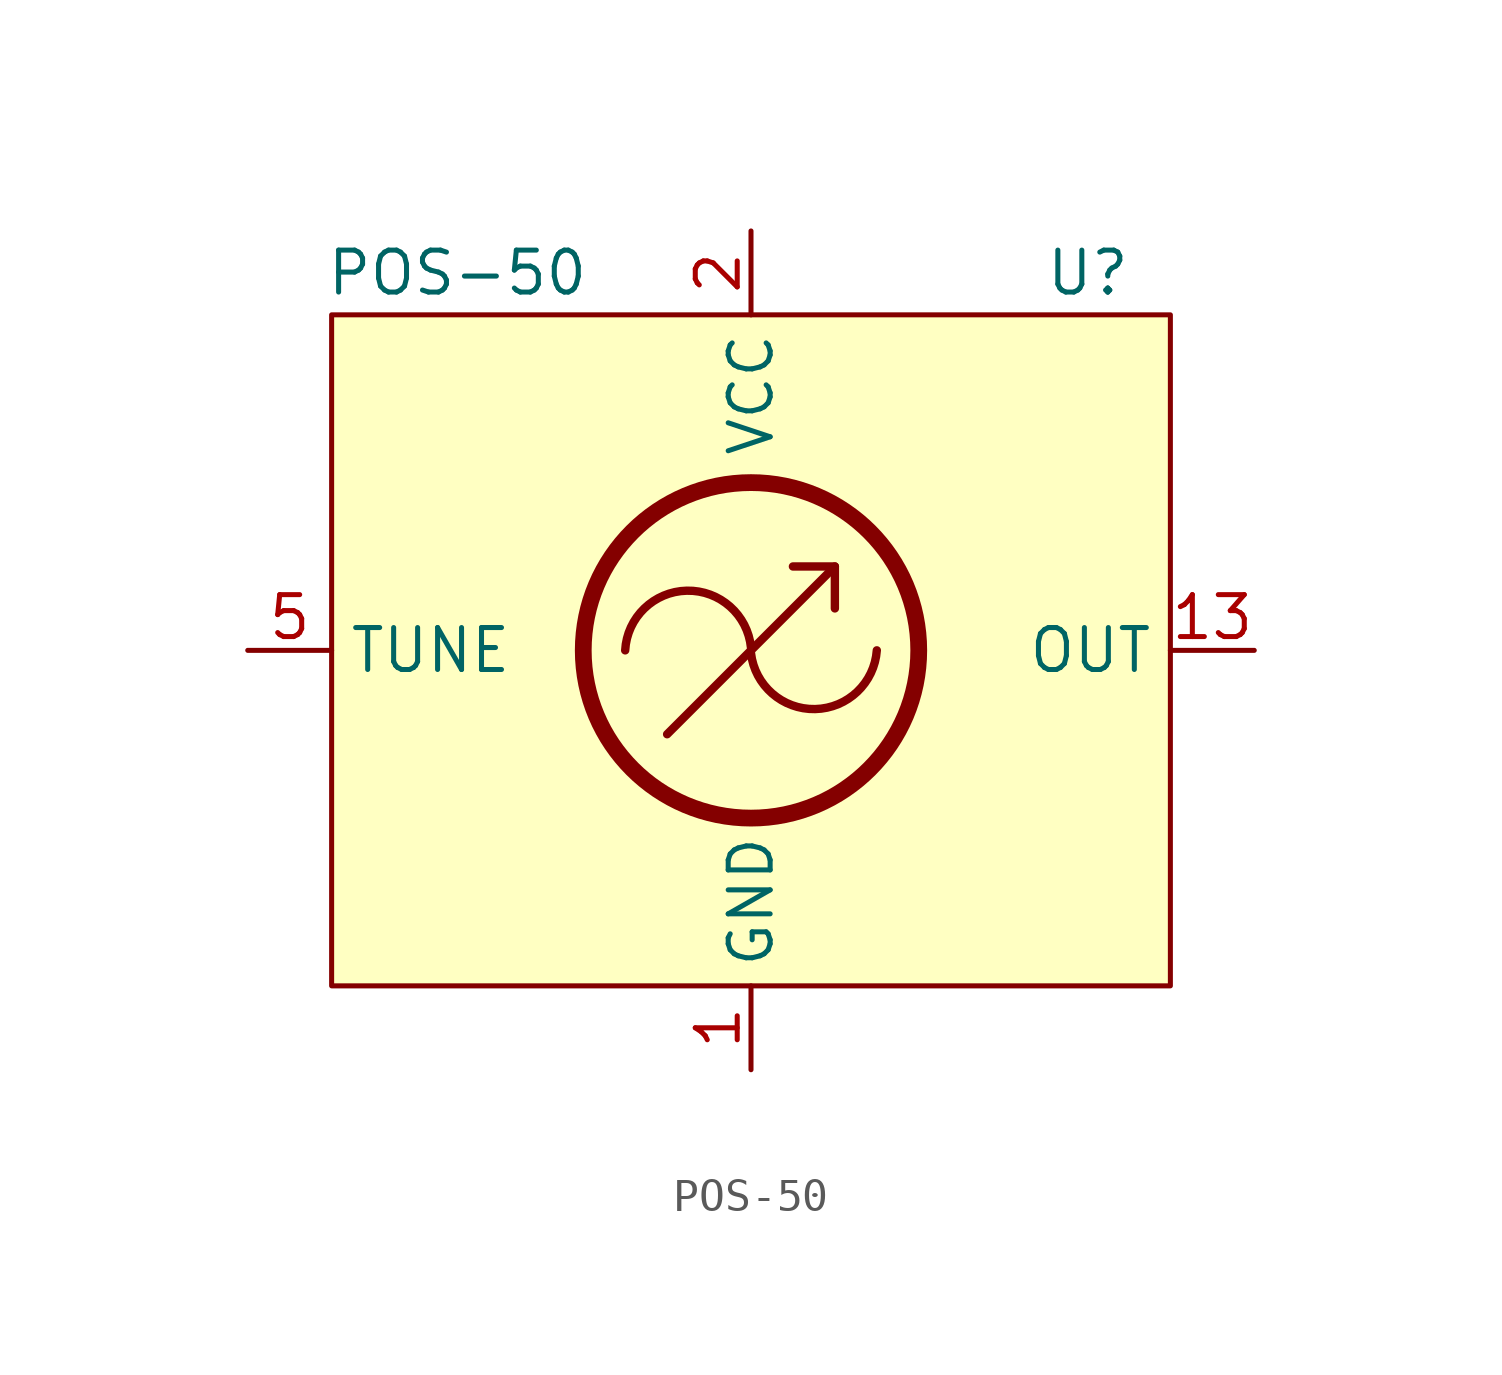
<source format=kicad_sym>
(kicad_symbol_lib
  (version 20211014)
  (generator kicad_symbol_editor)
  (symbol "POS-50"
    (property "Reference" "U"
      (at 8.89 11.43 0)
      (effects (font (size 1.27 1.27)) (justify left)))
    (property "Value" "POS-50"
      (at -8.89 11.43 0)
      (effects (font (size 1.27 1.27))))
    (symbol "POS-50_0_1"
      (rectangle (start -12.7 10.16) (end 12.7 -10.16) (stroke (width 0) (type default) (color 0 0 0 0)) (fill (type background)))
      (arc (start 0 -0.0829) (mid 1.9428 -1.7782) (end 3.81 0) (stroke (width 0.254) (type default) (color 0 0 0 0)) (fill (type none)))
      (polyline (pts (xy -2.54 -2.54) (xy 2.54 2.54)) (stroke (width 0.254) (type default) (color 0 0 0 0)) (fill (type none)))
      (polyline (pts (xy 2.54 1.27) (xy 2.54 2.54) (xy 1.27 2.54)) (stroke (width 0.254) (type default) (color 0 0 0 0)) (fill (type none)))
      (circle (center 0 0) (radius 5.08) (stroke (width 0.508) (type default) (color 0 0 0 0)) (fill (type none)))
      (arc (start 0 0.0829) (mid -1.9434 1.8064) (end -3.81 0) (stroke (width 0.254) (type default) (color 0 0 0 0)) (fill (type none))))
    (symbol "POS-50_1_1"
      (pin power_in line (at 0 -12.7 90) (length 2.54) (name "GND" (effects (font (size 1.27 1.27)))) (number "1" (effects (font (size 1.27 1.27)))))
      (pin output line (at 15.24 0 180) (length 2.54) (name "OUT" (effects (font (size 1.27 1.27)))) (number "13" (effects (font (size 1.27 1.27)))))
      (pin power_in line (at 0 12.7 270) (length 2.54) (name "VCC" (effects (font (size 1.27 1.27)))) (number "2" (effects (font (size 1.27 1.27)))))
      (pin input line (at -15.24 0 0) (length 2.54) (name "TUNE" (effects (font (size 1.27 1.27)))) (number "5" (effects (font (size 1.27 1.27))))))))
</source>
